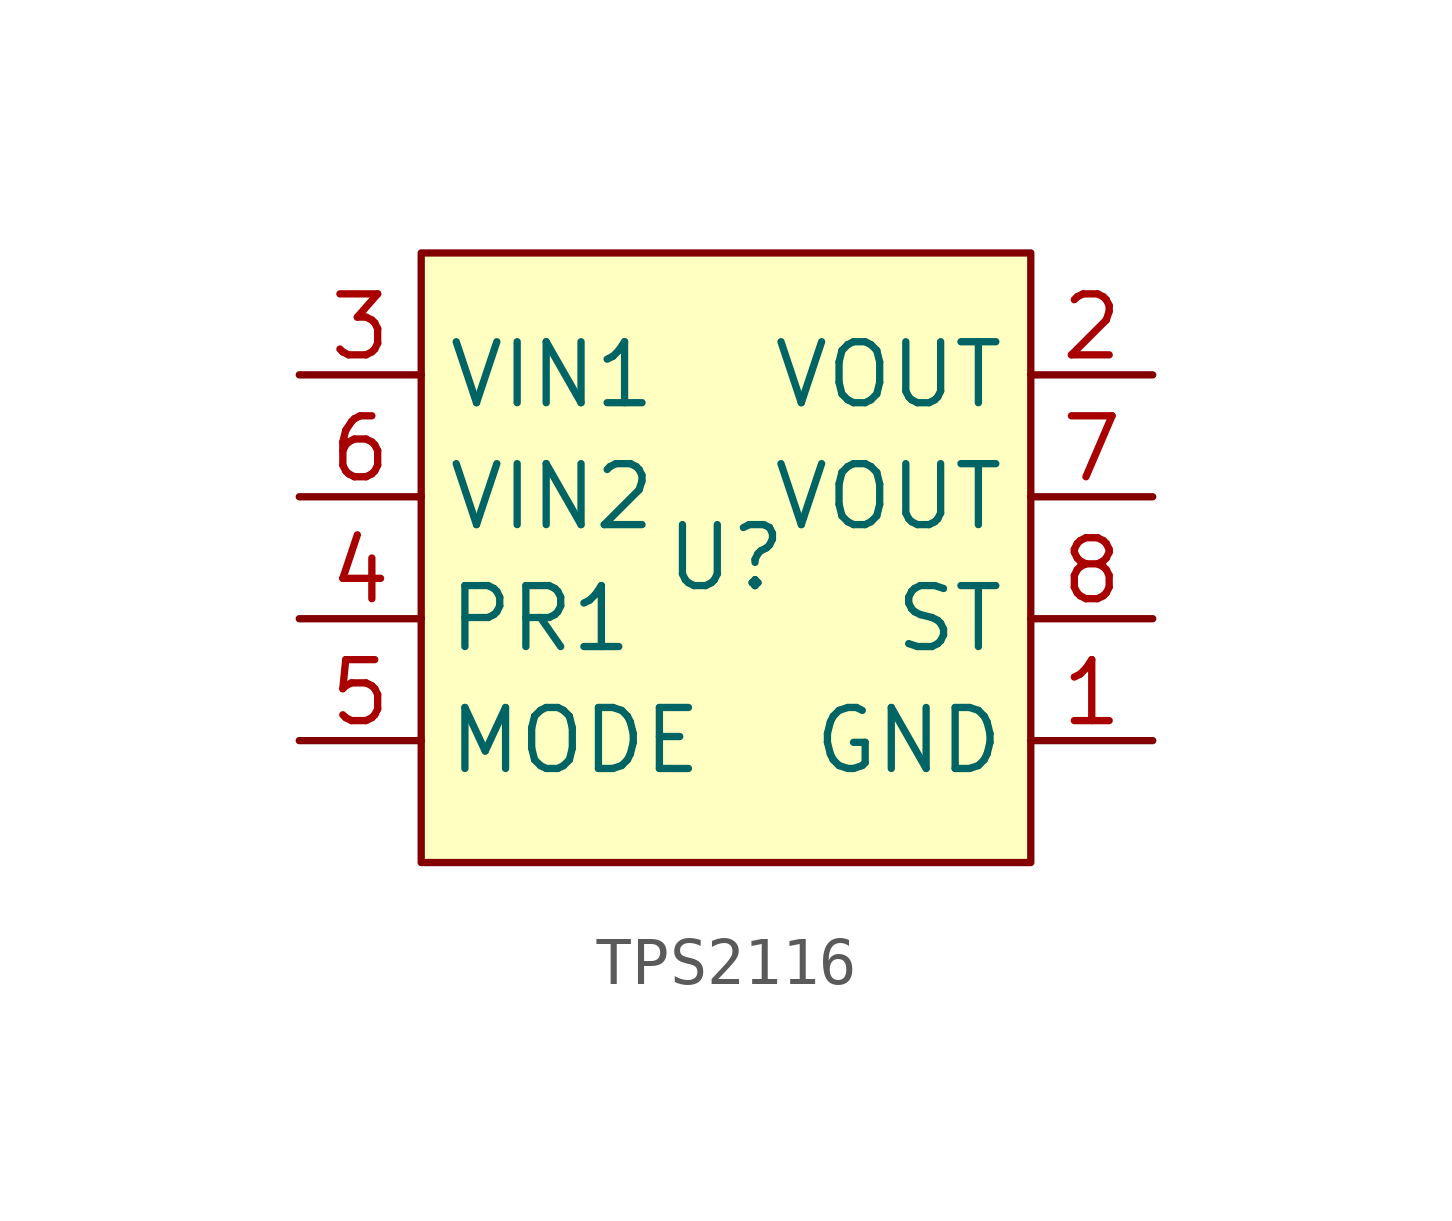
<source format=kicad_sym>
(kicad_symbol_lib
  (version 20220914)
  (generator kicad_symbol_editor)
  (symbol "TPS2116"
    (property "Reference" "U"
      (at 0 0 0)
      (effects (font (size 1.27 1.27))))
    (property "Value" ""
      (at 0 0 0)
      (effects (font (size 1.27 1.27))))
    (symbol "TPS2116_1_1"
      (rectangle (start -6.35 6.35) (end 6.35 -6.35) (stroke (width 0) (type default)) (fill (type background)))
      (pin power_in line (at 8.89 -3.81 180) (length 2.54) (name "GND" (effects (font (size 1.27 1.27)))) (number "1" (effects (font (size 1.27 1.27)))))
      (pin power_out line (at 8.89 3.81 180) (length 2.54) (name "VOUT" (effects (font (size 1.27 1.27)))) (number "2" (effects (font (size 1.27 1.27)))))
      (pin power_in line (at -8.89 3.81 0) (length 2.54) (name "VIN1" (effects (font (size 1.27 1.27)))) (number "3" (effects (font (size 1.27 1.27)))))
      (pin input line (at -8.89 -1.27 0) (length 2.54) (name "PR1" (effects (font (size 1.27 1.27)))) (number "4" (effects (font (size 1.27 1.27)))))
      (pin input line (at -8.89 -3.81 0) (length 2.54) (name "MODE" (effects (font (size 1.27 1.27)))) (number "5" (effects (font (size 1.27 1.27)))))
      (pin power_in line (at -8.89 1.27 0) (length 2.54) (name "VIN2" (effects (font (size 1.27 1.27)))) (number "6" (effects (font (size 1.27 1.27)))))
      (pin power_out line (at 8.89 1.27 180) (length 2.54) (name "VOUT" (effects (font (size 1.27 1.27)))) (number "7" (effects (font (size 1.27 1.27)))))
      (pin open_collector line (at 8.89 -1.27 180) (length 2.54) (name "ST" (effects (font (size 1.27 1.27)))) (number "8" (effects (font (size 1.27 1.27))))))))
</source>
